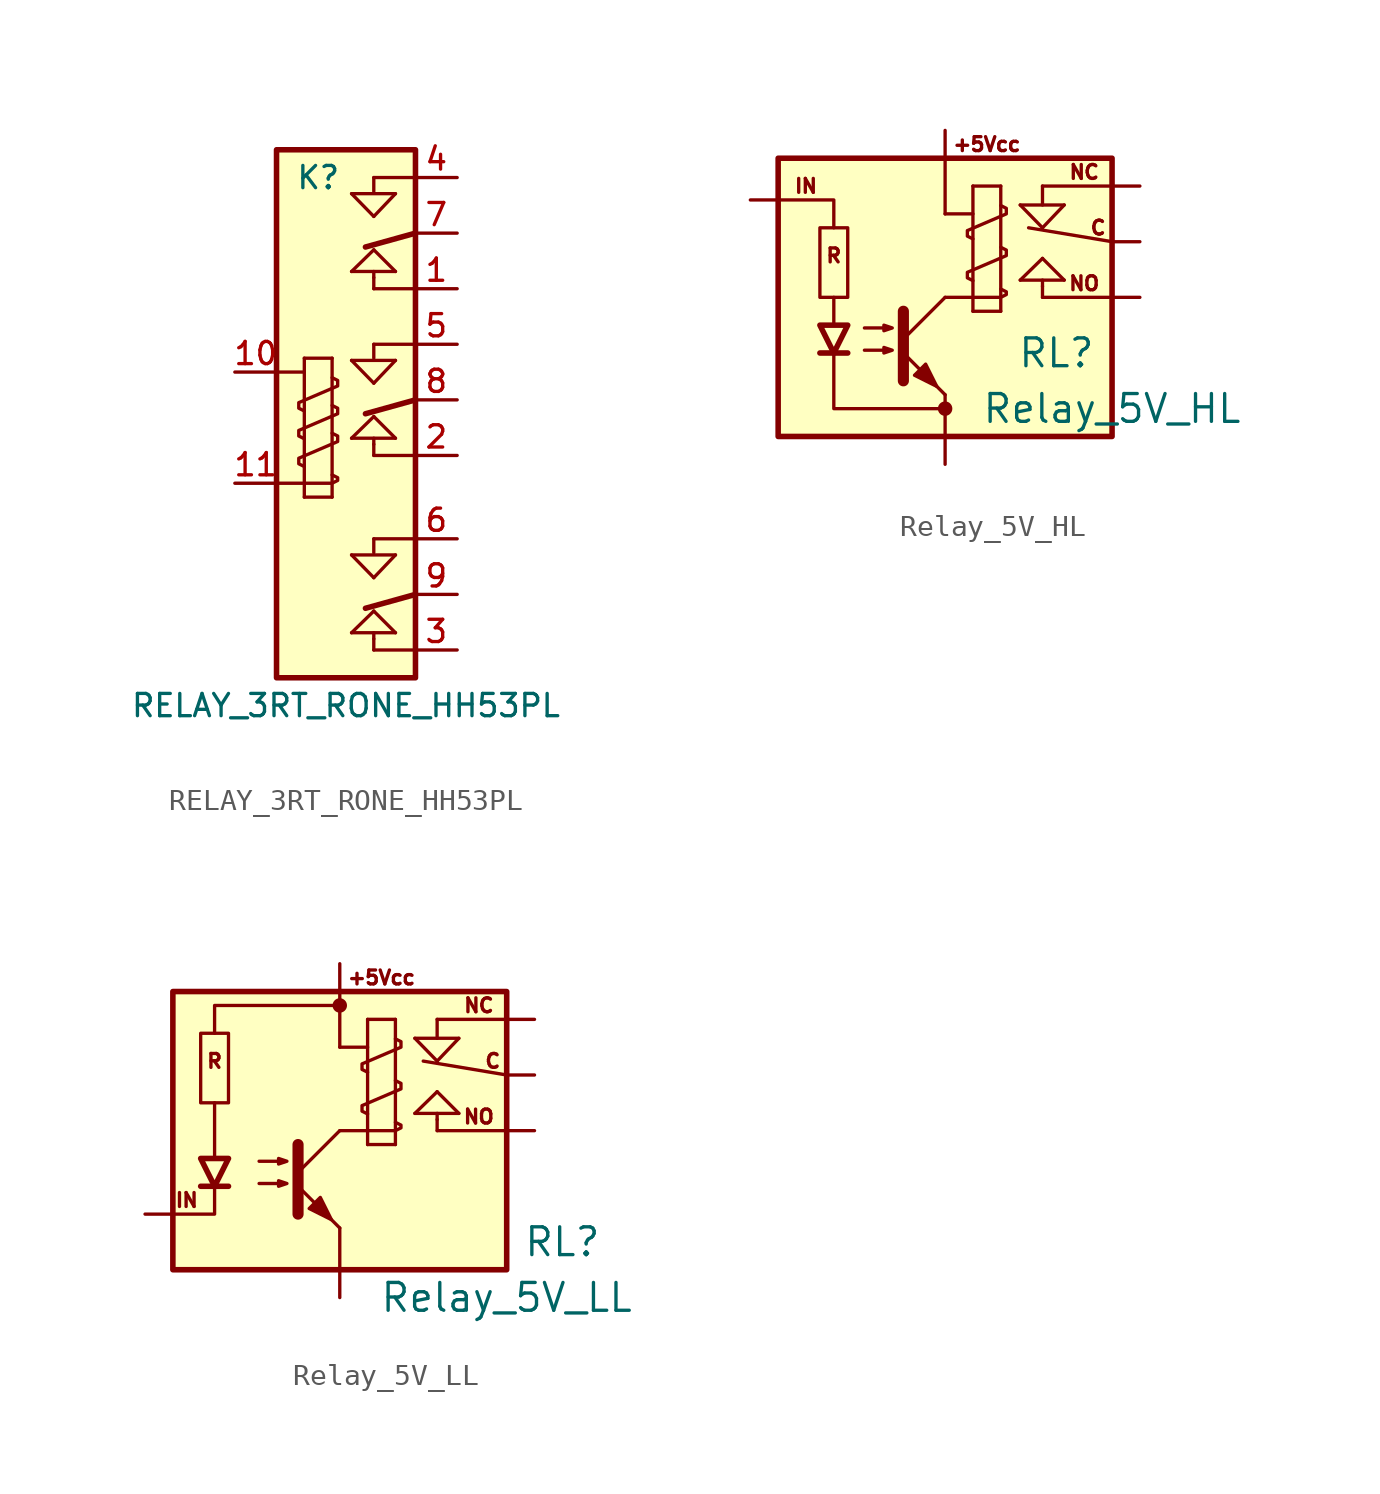
<source format=kicad_sym>
(kicad_symbol_lib
  (version 20211014)
  (generator kicad_symbol_editor)
  (symbol "RELAY_3RT_RONE_HH53PL"
    (pin_names
      (offset 1.016) hide)
    (property "Reference" "K"
      (at -1.27 6.35 0)
      (effects (font (size 1.016 1.016))))
    (property "Value" "RELAY_3RT_RONE_HH53PL"
      (at 0 -17.78 0)
      (effects (font (size 1.016 1.016))))
    (property "Footprint" ""
      (at 0 -3.937 0)
      (effects (font (size 1.524 1.524))))
    (property "Datasheet" ""
      (at 0 -3.937 0)
      (effects (font (size 1.524 1.524))))
    (symbol "RELAY_3RT_RONE_HH53PL_0_1"
      (rectangle (start -3.175 7.62) (end 3.175 -16.51) (stroke (width 0.254) (type default) (color 0 0 0 0)) (fill (type background)))
      (polyline (pts (xy -3.175 -7.62) (xy -1.905 -7.62)) (stroke (width 0) (type default) (color 0 0 0 0)) (fill (type none)))
      (polyline (pts (xy -3.175 -2.54) (xy -1.905 -2.54)) (stroke (width 0) (type default) (color 0 0 0 0)) (fill (type none)))
      (polyline (pts (xy -1.905 -1.905) (xy -1.905 -8.255)) (stroke (width 0) (type default) (color 0 0 0 0)) (fill (type none)))
      (polyline (pts (xy -1.905 -1.905) (xy -0.635 -1.905)) (stroke (width 0) (type default) (color 0 0 0 0)) (fill (type none)))
      (polyline (pts (xy -0.635 -8.255) (xy -1.905 -8.255)) (stroke (width 0) (type default) (color 0 0 0 0)) (fill (type none)))
      (polyline (pts (xy -0.635 -1.905) (xy -0.635 -8.255)) (stroke (width 0) (type default) (color 0 0 0 0)) (fill (type none)))
      (polyline (pts (xy 0.254 -14.453) (xy 2.261 -14.453)) (stroke (width 0) (type default) (color 0 0 0 0)) (fill (type none)))
      (polyline (pts (xy 0.254 -10.897) (xy 2.261 -10.897)) (stroke (width 0) (type default) (color 0 0 0 0)) (fill (type none)))
      (polyline (pts (xy 0.254 -5.563) (xy 2.261 -5.563)) (stroke (width 0) (type default) (color 0 0 0 0)) (fill (type none)))
      (polyline (pts (xy 0.254 -2.007) (xy 2.261 -2.007)) (stroke (width 0) (type default) (color 0 0 0 0)) (fill (type none)))
      (polyline (pts (xy 0.254 2.057) (xy 2.261 2.057)) (stroke (width 0) (type default) (color 0 0 0 0)) (fill (type none)))
      (polyline (pts (xy 0.254 5.613) (xy 2.261 5.613)) (stroke (width 0) (type default) (color 0 0 0 0)) (fill (type none)))
      (polyline (pts (xy 0.889 -13.335) (xy 3.175 -12.7)) (stroke (width 0.254) (type default) (color 0 0 0 0)) (fill (type none)))
      (polyline (pts (xy 0.889 -4.445) (xy 3.175 -3.81)) (stroke (width 0.254) (type default) (color 0 0 0 0)) (fill (type none)))
      (polyline (pts (xy 0.889 3.175) (xy 3.175 3.81)) (stroke (width 0.254) (type default) (color 0 0 0 0)) (fill (type none)))
      (polyline (pts (xy 1.27 -15.24) (xy 1.27 -14.732)) (stroke (width 0) (type default) (color 0 0 0 0)) (fill (type none)))
      (polyline (pts (xy 1.27 -14.732) (xy 1.27 -14.453)) (stroke (width 0) (type default) (color 0 0 0 0)) (fill (type none)))
      (polyline (pts (xy 1.27 -13.462) (xy 0.254 -14.453)) (stroke (width 0) (type default) (color 0 0 0 0)) (fill (type none)))
      (polyline (pts (xy 1.27 -11.938) (xy 0.254 -10.897)) (stroke (width 0) (type default) (color 0 0 0 0)) (fill (type none)))
      (polyline (pts (xy 1.27 -10.16) (xy 1.27 -10.795)) (stroke (width 0) (type default) (color 0 0 0 0)) (fill (type none)))
      (polyline (pts (xy 1.27 -10.16) (xy 3.175 -10.16)) (stroke (width 0) (type default) (color 0 0 0 0)) (fill (type none)))
      (polyline (pts (xy 1.27 -6.35) (xy 1.27 -5.842)) (stroke (width 0) (type default) (color 0 0 0 0)) (fill (type none)))
      (polyline (pts (xy 1.27 -5.842) (xy 1.27 -5.563)) (stroke (width 0) (type default) (color 0 0 0 0)) (fill (type none)))
      (polyline (pts (xy 1.27 -4.572) (xy 0.254 -5.563)) (stroke (width 0) (type default) (color 0 0 0 0)) (fill (type none)))
      (polyline (pts (xy 1.27 -3.048) (xy 0.254 -2.007)) (stroke (width 0) (type default) (color 0 0 0 0)) (fill (type none)))
      (polyline (pts (xy 1.27 -1.27) (xy 1.27 -1.905)) (stroke (width 0) (type default) (color 0 0 0 0)) (fill (type none)))
      (polyline (pts (xy 1.27 -1.27) (xy 3.175 -1.27)) (stroke (width 0) (type default) (color 0 0 0 0)) (fill (type none)))
      (polyline (pts (xy 1.27 1.27) (xy 1.27 1.778)) (stroke (width 0) (type default) (color 0 0 0 0)) (fill (type none)))
      (polyline (pts (xy 1.27 1.778) (xy 1.27 2.057)) (stroke (width 0) (type default) (color 0 0 0 0)) (fill (type none)))
      (polyline (pts (xy 1.27 3.048) (xy 0.254 2.057)) (stroke (width 0) (type default) (color 0 0 0 0)) (fill (type none)))
      (polyline (pts (xy 1.27 4.572) (xy 0.254 5.613)) (stroke (width 0) (type default) (color 0 0 0 0)) (fill (type none)))
      (polyline (pts (xy 1.27 6.35) (xy 1.27 5.715)) (stroke (width 0) (type default) (color 0 0 0 0)) (fill (type none)))
      (polyline (pts (xy 1.27 6.35) (xy 3.175 6.35)) (stroke (width 0) (type default) (color 0 0 0 0)) (fill (type none)))
      (polyline (pts (xy 2.261 -14.453) (xy 1.27 -13.462)) (stroke (width 0) (type default) (color 0 0 0 0)) (fill (type none)))
      (polyline (pts (xy 2.261 -10.897) (xy 1.27 -11.938)) (stroke (width 0) (type default) (color 0 0 0 0)) (fill (type none)))
      (polyline (pts (xy 2.261 -5.563) (xy 1.27 -4.572)) (stroke (width 0) (type default) (color 0 0 0 0)) (fill (type none)))
      (polyline (pts (xy 2.261 -2.007) (xy 1.27 -3.048)) (stroke (width 0) (type default) (color 0 0 0 0)) (fill (type none)))
      (polyline (pts (xy 2.261 2.057) (xy 1.27 3.048)) (stroke (width 0) (type default) (color 0 0 0 0)) (fill (type none)))
      (polyline (pts (xy 2.261 5.613) (xy 1.27 4.572)) (stroke (width 0) (type default) (color 0 0 0 0)) (fill (type none)))
      (polyline (pts (xy 3.175 -15.24) (xy 1.27 -15.24)) (stroke (width 0) (type default) (color 0 0 0 0)) (fill (type none)))
      (polyline (pts (xy 3.175 -6.35) (xy 1.27 -6.35)) (stroke (width 0) (type default) (color 0 0 0 0)) (fill (type none)))
      (polyline (pts (xy 3.175 1.27) (xy 1.27 1.27)) (stroke (width 0) (type default) (color 0 0 0 0)) (fill (type none)))
      (polyline (pts (xy -1.905 -7.62) (xy -0.635 -7.62) (xy -0.381 -7.493) (xy -0.381 -7.366) (xy -0.635 -7.239)) (stroke (width 0) (type default) (color 0 0 0 0)) (fill (type none)))
      (polyline (pts (xy -1.905 -6.858) (xy -2.159 -6.731) (xy -2.159 -6.477) (xy -0.381 -5.715) (xy -0.381 -5.461) (xy -0.635 -5.334)) (stroke (width 0) (type default) (color 0 0 0 0)) (fill (type none)))
      (polyline (pts (xy -1.905 -5.588) (xy -2.159 -5.461) (xy -2.159 -5.207) (xy -0.381 -4.445) (xy -0.381 -4.191) (xy -0.635 -4.064)) (stroke (width 0) (type default) (color 0 0 0 0)) (fill (type none)))
      (polyline (pts (xy -1.905 -4.318) (xy -2.159 -4.191) (xy -2.159 -3.937) (xy -0.381 -3.175) (xy -0.381 -2.921) (xy -0.635 -2.794)) (stroke (width 0) (type default) (color 0 0 0 0)) (fill (type none))))
    (symbol "RELAY_3RT_RONE_HH53PL_1_1"
      (pin passive line (at 5.08 1.27 180) (length 1.905) (name "NC1" (effects (font (size 1.016 1.016)))) (number "1" (effects (font (size 1.016 1.016)))))
      (pin input line (at -5.08 -2.54 0) (length 1.905) (name "10" (effects (font (size 1.016 1.016)))) (number "10" (effects (font (size 1.016 1.016)))))
      (pin input line (at -5.08 -7.62 0) (length 1.905) (name "11" (effects (font (size 1.016 1.016)))) (number "11" (effects (font (size 1.016 1.016)))))
      (pin passive line (at 5.08 -6.35 180) (length 1.905) (name "NC2" (effects (font (size 1.016 1.016)))) (number "2" (effects (font (size 1.016 1.016)))))
      (pin passive line (at 5.08 -15.24 180) (length 1.905) (name "NC3" (effects (font (size 1.016 1.016)))) (number "3" (effects (font (size 1.016 1.016)))))
      (pin passive line (at 5.08 6.35 180) (length 1.905) (name "NO1" (effects (font (size 1.016 1.016)))) (number "4" (effects (font (size 1.016 1.016)))))
      (pin passive line (at 5.08 -1.27 180) (length 1.905) (name "NO2" (effects (font (size 1.016 1.016)))) (number "5" (effects (font (size 1.016 1.016)))))
      (pin passive line (at 5.08 -10.16 180) (length 1.905) (name "NO3" (effects (font (size 1.016 1.016)))) (number "6" (effects (font (size 1.016 1.016)))))
      (pin passive line (at 5.08 3.81 180) (length 1.905) (name "C1" (effects (font (size 1.016 1.016)))) (number "7" (effects (font (size 1.016 1.016)))))
      (pin passive line (at 5.08 -3.81 180) (length 1.905) (name "C2" (effects (font (size 1.016 1.016)))) (number "8" (effects (font (size 1.016 1.016)))))
      (pin passive line (at 5.08 -12.7 180) (length 1.905) (name "C3" (effects (font (size 1.016 1.016)))) (number "9" (effects (font (size 1.016 1.016)))))))
  (symbol "Relay_5V_HL"
    (pin_names
      (offset 1.016))
    (property "Reference" "RL"
      (at 5.08 -2.54 0)
      (effects (font (size 1.27 1.27))))
    (property "Value" "Relay_5V_HL"
      (at 7.62 -5.08 0)
      (effects (font (size 1.27 1.27))))
    (symbol "Relay_5V_HL_1_0"
      (polyline (pts (xy -5.08 0) (xy -5.08 -1.27)) (stroke (width 0) (type default) (color 0 0 0 0)) (fill (type none)))
      (polyline (pts (xy -7.62 4.445) (xy -5.08 4.445) (xy -5.08 3.175)) (stroke (width 0) (type default) (color 0 0 0 0)) (fill (type none)))
      (polyline (pts (xy -5.08 -2.54) (xy -5.08 -5.08) (xy 0 -5.08)) (stroke (width 0) (type default) (color 0 0 0 0)) (fill (type none)))
      (polyline (pts (xy -5.715 3.175) (xy -4.445 3.175) (xy -4.445 0) (xy -5.715 0) (xy -5.715 3.175)) (stroke (width 0) (type default) (color 0 0 0 0)) (fill (type none)))
      (text "+5Vcc" (at 1.905 6.985 0) (effects (font (size 0.635 0.635))))
      (text "C" (at 6.985 3.175 0) (effects (font (size 0.635 0.635))))
      (text "IN" (at -6.35 5.08 0) (effects (font (size 0.635 0.635))))
      (text "NC" (at 6.35 5.715 0) (effects (font (size 0.635 0.635))))
      (text "NO" (at 6.35 0.635 0) (effects (font (size 0.635 0.635))))
      (text "R" (at -5.08 1.905 0) (effects (font (size 0.635 0.635)))))
    (symbol "Relay_5V_HL_1_1"
      (rectangle (start -7.62 6.35) (end 7.62 -6.35) (stroke (width 0.254) (type default) (color 0 0 0 0)) (fill (type background)))
      (circle (center 0 -5.08) (radius 0.254) (stroke (width 0) (type default) (color 0 0 0 0)) (fill (type outline)))
      (polyline (pts (xy -5.715 -2.54) (xy -4.445 -2.54)) (stroke (width 0.254) (type default) (color 0 0 0 0)) (fill (type none)))
      (polyline (pts (xy -1.905 -1.905) (xy 0 0)) (stroke (width 0) (type default) (color 0 0 0 0)) (fill (type none)))
      (polyline (pts (xy 0 -4.445) (xy -1.905 -2.54)) (stroke (width 0) (type default) (color 0 0 0 0)) (fill (type outline)))
      (polyline (pts (xy 0 -4.445) (xy 0 -6.35)) (stroke (width 0) (type default) (color 0 0 0 0)) (fill (type none)))
      (polyline (pts (xy 0 0) (xy 1.27 0)) (stroke (width 0) (type default) (color 0 0 0 0)) (fill (type none)))
      (polyline (pts (xy 0 3.81) (xy 1.27 3.81)) (stroke (width 0) (type default) (color 0 0 0 0)) (fill (type none)))
      (polyline (pts (xy 0 6.35) (xy 0 3.81)) (stroke (width 0) (type default) (color 0 0 0 0)) (fill (type none)))
      (polyline (pts (xy 1.27 5.08) (xy 1.27 -0.635)) (stroke (width 0) (type default) (color 0 0 0 0)) (fill (type none)))
      (polyline (pts (xy 1.27 5.08) (xy 2.54 5.08)) (stroke (width 0) (type default) (color 0 0 0 0)) (fill (type none)))
      (polyline (pts (xy 2.54 -0.635) (xy 1.27 -0.635)) (stroke (width 0) (type default) (color 0 0 0 0)) (fill (type none)))
      (polyline (pts (xy 2.54 5.08) (xy 2.54 -0.635)) (stroke (width 0) (type default) (color 0 0 0 0)) (fill (type none)))
      (polyline (pts (xy 3.429 0.787) (xy 5.436 0.787)) (stroke (width 0) (type default) (color 0 0 0 0)) (fill (type none)))
      (polyline (pts (xy 3.429 4.216) (xy 5.436 4.216)) (stroke (width 0) (type default) (color 0 0 0 0)) (fill (type none)))
      (polyline (pts (xy 3.81 3.175) (xy 7.62 2.54)) (stroke (width 0) (type default) (color 0 0 0 0)) (fill (type none)))
      (polyline (pts (xy 4.445 0) (xy 4.445 0.508)) (stroke (width 0) (type default) (color 0 0 0 0)) (fill (type none)))
      (polyline (pts (xy 4.445 0.508) (xy 4.445 0.787)) (stroke (width 0) (type default) (color 0 0 0 0)) (fill (type none)))
      (polyline (pts (xy 4.445 1.778) (xy 3.429 0.787)) (stroke (width 0) (type default) (color 0 0 0 0)) (fill (type none)))
      (polyline (pts (xy 4.445 3.175) (xy 3.429 4.216)) (stroke (width 0) (type default) (color 0 0 0 0)) (fill (type none)))
      (polyline (pts (xy 4.445 5.08) (xy 4.445 4.216)) (stroke (width 0) (type default) (color 0 0 0 0)) (fill (type none)))
      (polyline (pts (xy 4.445 5.08) (xy 7.62 5.08)) (stroke (width 0) (type default) (color 0 0 0 0)) (fill (type none)))
      (polyline (pts (xy 5.436 0.787) (xy 4.445 1.778)) (stroke (width 0) (type default) (color 0 0 0 0)) (fill (type none)))
      (polyline (pts (xy 5.436 4.216) (xy 4.445 3.175)) (stroke (width 0) (type default) (color 0 0 0 0)) (fill (type none)))
      (polyline (pts (xy 7.62 0) (xy 4.445 0)) (stroke (width 0) (type default) (color 0 0 0 0)) (fill (type none)))
      (polyline (pts (xy -1.905 -0.635) (xy -1.905 -3.81) (xy -1.905 -3.81)) (stroke (width 0.508) (type default) (color 0 0 0 0)) (fill (type none)))
      (polyline (pts (xy -5.08 -2.54) (xy -5.715 -1.27) (xy -4.445 -1.27) (xy -5.08 -2.54)) (stroke (width 0.254) (type default) (color 0 0 0 0)) (fill (type none)))
      (polyline (pts (xy -3.683 -2.413) (xy -2.413 -2.413) (xy -2.794 -2.54) (xy -2.794 -2.286) (xy -2.413 -2.413)) (stroke (width 0) (type default) (color 0 0 0 0)) (fill (type none)))
      (polyline (pts (xy -3.683 -1.397) (xy -2.413 -1.397) (xy -2.794 -1.524) (xy -2.794 -1.27) (xy -2.413 -1.397)) (stroke (width 0) (type default) (color 0 0 0 0)) (fill (type none)))
      (polyline (pts (xy -1.397 -3.556) (xy -0.889 -3.048) (xy -0.381 -4.064) (xy -1.397 -3.556) (xy -1.397 -3.556)) (stroke (width 0) (type default) (color 0 0 0 0)) (fill (type outline)))
      (polyline (pts (xy 1.27 0) (xy 2.54 0) (xy 2.794 0.127) (xy 2.794 0.254) (xy 2.54 0.381)) (stroke (width 0) (type default) (color 0 0 0 0)) (fill (type none)))
      (polyline (pts (xy 1.27 0.762) (xy 1.016 0.889) (xy 1.016 1.143) (xy 2.794 1.905) (xy 2.794 2.159) (xy 2.54 2.286)) (stroke (width 0) (type default) (color 0 0 0 0)) (fill (type none)))
      (polyline (pts (xy 1.27 2.667) (xy 1.016 2.794) (xy 1.016 3.048) (xy 2.794 3.81) (xy 2.794 4.064) (xy 2.54 4.191)) (stroke (width 0) (type default) (color 0 0 0 0)) (fill (type none)))
      (pin input line (at -8.89 4.445 0) (length 1.27) (name "~" (effects (font (size 1.016 1.016)))) (number "~" (effects (font (size 1.016 1.016)))))
      (pin power_in line (at 0 -7.62 90) (length 1.27) (name "~" (effects (font (size 1.016 1.016)))) (number "~" (effects (font (size 1.016 1.016)))))
      (pin power_in line (at 0 7.62 270) (length 1.27) (name "~" (effects (font (size 1.016 1.016)))) (number "~" (effects (font (size 1.016 1.016)))))
      (pin passive line (at 8.89 0 180) (length 1.27) (name "~" (effects (font (size 1.016 1.016)))) (number "~" (effects (font (size 1.016 1.016)))))
      (pin passive line (at 8.89 2.54 180) (length 1.27) (name "~" (effects (font (size 1.016 1.016)))) (number "~" (effects (font (size 1.016 1.016)))))
      (pin passive line (at 8.89 5.08 180) (length 1.27) (name "~" (effects (font (size 1.016 1.016)))) (number "~" (effects (font (size 1.016 1.016)))))))
  (symbol "Relay_5V_LL"
    (pin_names
      (offset 1.016))
    (property "Reference" "RL"
      (at 10.16 -5.08 0)
      (effects (font (size 1.27 1.27))))
    (property "Value" "Relay_5V_LL"
      (at 7.62 -7.62 0)
      (effects (font (size 1.27 1.27))))
    (symbol "Relay_5V_LL_0_0"
      (polyline (pts (xy -5.715 1.27) (xy -5.715 -1.27)) (stroke (width 0) (type default) (color 0 0 0 0)) (fill (type none)))
      (polyline (pts (xy -5.715 -2.54) (xy -5.715 -3.81) (xy -7.62 -3.81)) (stroke (width 0) (type default) (color 0 0 0 0)) (fill (type none)))
      (polyline (pts (xy 0 5.715) (xy -5.715 5.715) (xy -5.715 4.445)) (stroke (width 0) (type default) (color 0 0 0 0)) (fill (type none)))
      (polyline (pts (xy -6.35 4.445) (xy -5.08 4.445) (xy -5.08 1.27) (xy -6.35 1.27) (xy -6.35 4.445)) (stroke (width 0) (type default) (color 0 0 0 0)) (fill (type none)))
      (text "R" (at -5.715 3.175 0) (effects (font (size 0.635 0.635)))))
    (symbol "Relay_5V_LL_1_0"
      (text "+5Vcc" (at 1.905 6.985 0) (effects (font (size 0.635 0.635))))
      (text "C" (at 6.985 3.175 0) (effects (font (size 0.635 0.635))))
      (text "IN" (at -6.985 -3.175 0) (effects (font (size 0.635 0.635))))
      (text "NC" (at 6.35 5.715 0) (effects (font (size 0.635 0.635))))
      (text "NO" (at 6.35 0.635 0) (effects (font (size 0.635 0.635)))))
    (symbol "Relay_5V_LL_1_1"
      (rectangle (start -7.62 6.35) (end 7.62 -6.35) (stroke (width 0.254) (type default) (color 0 0 0 0)) (fill (type background)))
      (polyline (pts (xy -6.35 -2.54) (xy -5.08 -2.54)) (stroke (width 0.254) (type default) (color 0 0 0 0)) (fill (type none)))
      (polyline (pts (xy -1.905 -1.905) (xy 0 0)) (stroke (width 0) (type default) (color 0 0 0 0)) (fill (type none)))
      (polyline (pts (xy 0 -4.445) (xy -1.905 -2.54)) (stroke (width 0) (type default) (color 0 0 0 0)) (fill (type outline)))
      (polyline (pts (xy 0 -4.445) (xy 0 -6.35)) (stroke (width 0) (type default) (color 0 0 0 0)) (fill (type none)))
      (polyline (pts (xy 0 0) (xy 1.27 0)) (stroke (width 0) (type default) (color 0 0 0 0)) (fill (type none)))
      (polyline (pts (xy 0 3.81) (xy 1.27 3.81)) (stroke (width 0) (type default) (color 0 0 0 0)) (fill (type none)))
      (polyline (pts (xy 0 6.35) (xy 0 3.81)) (stroke (width 0) (type default) (color 0 0 0 0)) (fill (type none)))
      (polyline (pts (xy 1.27 5.08) (xy 1.27 -0.635)) (stroke (width 0) (type default) (color 0 0 0 0)) (fill (type none)))
      (polyline (pts (xy 1.27 5.08) (xy 2.54 5.08)) (stroke (width 0) (type default) (color 0 0 0 0)) (fill (type none)))
      (polyline (pts (xy 2.54 -0.635) (xy 1.27 -0.635)) (stroke (width 0) (type default) (color 0 0 0 0)) (fill (type none)))
      (polyline (pts (xy 2.54 5.08) (xy 2.54 -0.635)) (stroke (width 0) (type default) (color 0 0 0 0)) (fill (type none)))
      (polyline (pts (xy 3.429 0.787) (xy 5.436 0.787)) (stroke (width 0) (type default) (color 0 0 0 0)) (fill (type none)))
      (polyline (pts (xy 3.429 4.216) (xy 5.436 4.216)) (stroke (width 0) (type default) (color 0 0 0 0)) (fill (type none)))
      (polyline (pts (xy 3.81 3.175) (xy 7.62 2.54)) (stroke (width 0) (type default) (color 0 0 0 0)) (fill (type none)))
      (polyline (pts (xy 4.445 0) (xy 4.445 0.508)) (stroke (width 0) (type default) (color 0 0 0 0)) (fill (type none)))
      (polyline (pts (xy 4.445 0.508) (xy 4.445 0.787)) (stroke (width 0) (type default) (color 0 0 0 0)) (fill (type none)))
      (polyline (pts (xy 4.445 1.778) (xy 3.429 0.787)) (stroke (width 0) (type default) (color 0 0 0 0)) (fill (type none)))
      (polyline (pts (xy 4.445 3.175) (xy 3.429 4.216)) (stroke (width 0) (type default) (color 0 0 0 0)) (fill (type none)))
      (polyline (pts (xy 4.445 5.08) (xy 4.445 4.216)) (stroke (width 0) (type default) (color 0 0 0 0)) (fill (type none)))
      (polyline (pts (xy 4.445 5.08) (xy 7.62 5.08)) (stroke (width 0) (type default) (color 0 0 0 0)) (fill (type none)))
      (polyline (pts (xy 5.436 0.787) (xy 4.445 1.778)) (stroke (width 0) (type default) (color 0 0 0 0)) (fill (type none)))
      (polyline (pts (xy 5.436 4.216) (xy 4.445 3.175)) (stroke (width 0) (type default) (color 0 0 0 0)) (fill (type none)))
      (polyline (pts (xy 7.62 0) (xy 4.445 0)) (stroke (width 0) (type default) (color 0 0 0 0)) (fill (type none)))
      (polyline (pts (xy -1.905 -0.635) (xy -1.905 -3.81) (xy -1.905 -3.81)) (stroke (width 0.508) (type default) (color 0 0 0 0)) (fill (type none)))
      (polyline (pts (xy -5.715 -2.54) (xy -6.35 -1.27) (xy -5.08 -1.27) (xy -5.715 -2.54)) (stroke (width 0.254) (type default) (color 0 0 0 0)) (fill (type none)))
      (polyline (pts (xy -3.683 -2.413) (xy -2.413 -2.413) (xy -2.794 -2.54) (xy -2.794 -2.286) (xy -2.413 -2.413)) (stroke (width 0) (type default) (color 0 0 0 0)) (fill (type none)))
      (polyline (pts (xy -3.683 -1.397) (xy -2.413 -1.397) (xy -2.794 -1.524) (xy -2.794 -1.27) (xy -2.413 -1.397)) (stroke (width 0) (type default) (color 0 0 0 0)) (fill (type none)))
      (polyline (pts (xy -1.397 -3.556) (xy -0.889 -3.048) (xy -0.381 -4.064) (xy -1.397 -3.556) (xy -1.397 -3.556)) (stroke (width 0) (type default) (color 0 0 0 0)) (fill (type outline)))
      (polyline (pts (xy 1.27 0) (xy 2.54 0) (xy 2.794 0.127) (xy 2.794 0.254) (xy 2.54 0.381)) (stroke (width 0) (type default) (color 0 0 0 0)) (fill (type none)))
      (polyline (pts (xy 1.27 0.762) (xy 1.016 0.889) (xy 1.016 1.143) (xy 2.794 1.905) (xy 2.794 2.159) (xy 2.54 2.286)) (stroke (width 0) (type default) (color 0 0 0 0)) (fill (type none)))
      (polyline (pts (xy 1.27 2.667) (xy 1.016 2.794) (xy 1.016 3.048) (xy 2.794 3.81) (xy 2.794 4.064) (xy 2.54 4.191)) (stroke (width 0) (type default) (color 0 0 0 0)) (fill (type none)))
      (circle (center 0 5.715) (radius 0.254) (stroke (width 0) (type default) (color 0 0 0 0)) (fill (type outline)))
      (pin input line (at -8.89 -3.81 0) (length 1.27) (name "~" (effects (font (size 1.016 1.016)))) (number "~" (effects (font (size 1.016 1.016)))))
      (pin power_in line (at 0 -7.62 90) (length 1.27) (name "~" (effects (font (size 1.016 1.016)))) (number "~" (effects (font (size 1.016 1.016)))))
      (pin power_in line (at 0 7.62 270) (length 1.27) (name "~" (effects (font (size 1.016 1.016)))) (number "~" (effects (font (size 1.016 1.016)))))
      (pin passive line (at 8.89 0 180) (length 1.27) (name "~" (effects (font (size 1.016 1.016)))) (number "~" (effects (font (size 1.016 1.016)))))
      (pin passive line (at 8.89 2.54 180) (length 1.27) (name "~" (effects (font (size 1.016 1.016)))) (number "~" (effects (font (size 1.016 1.016)))))
      (pin passive line (at 8.89 5.08 180) (length 1.27) (name "~" (effects (font (size 1.016 1.016)))) (number "~" (effects (font (size 1.016 1.016))))))))
</source>
